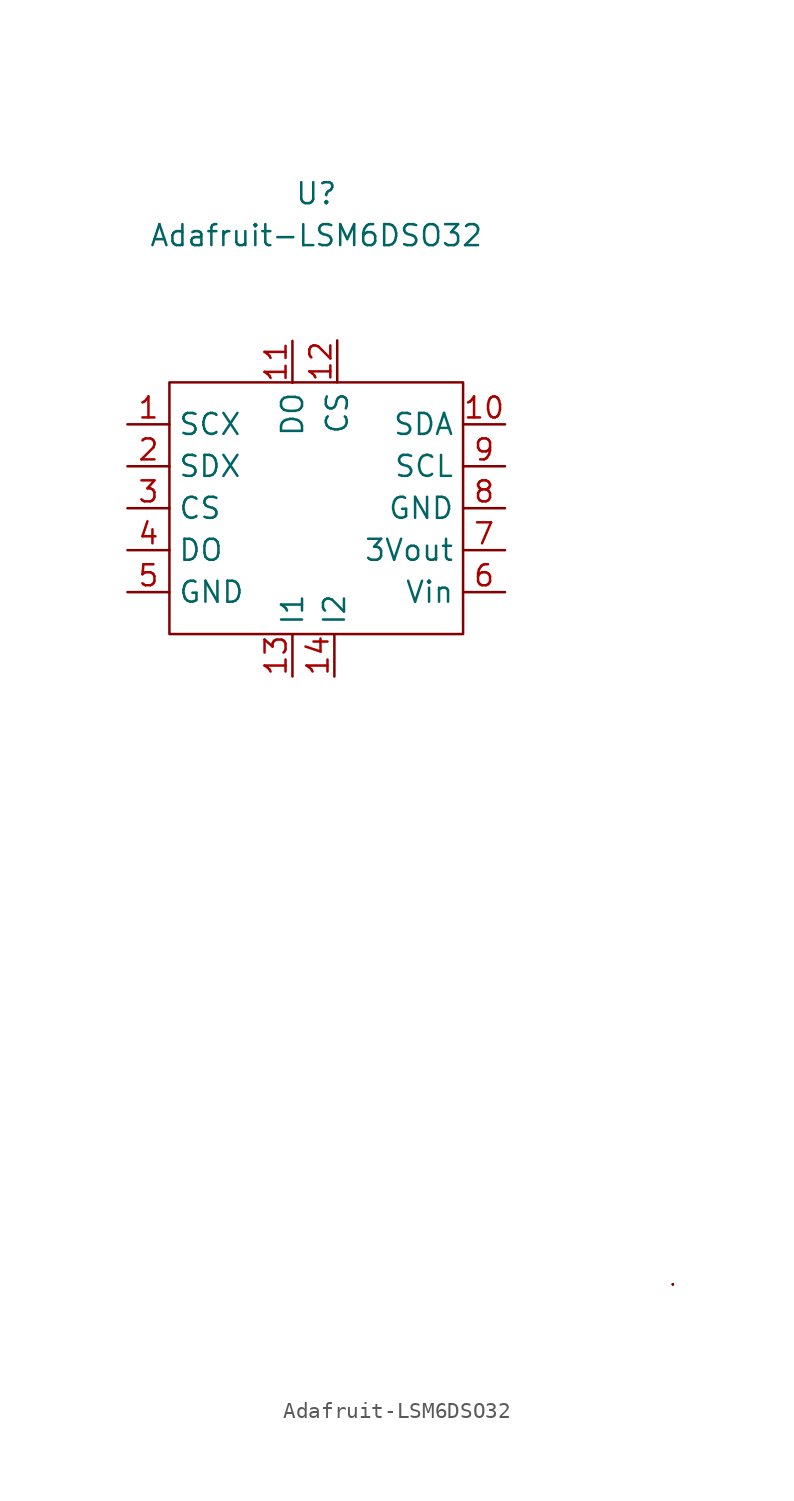
<source format=kicad_sym>
(kicad_symbol_lib
  (version 20211014)
  (generator kicad_symbol_editor)
  (symbol "Adafruit-LSM6DSO32"
    (property "Reference" "U"
      (at 0 19.05 0)
      (effects (font (size 1.27 1.27))))
    (property "Value" "Adafruit-LSM6DSO32"
      (at 0 16.51 0)
      (effects (font (size 1.27 1.27))))
    (symbol "Adafruit-LSM6DSO32_0_1"
      (rectangle (start -8.89 7.62) (end 8.89 -7.62) (stroke (width 0) (type default) (color 0 0 0 0)) (fill (type none)))
      (rectangle (start 21.59 -46.99) (end 21.59 -46.99) (stroke (width 0) (type default) (color 0 0 0 0)) (fill (type none)))
      (rectangle (start 21.59 -46.99) (end 21.59 -46.99) (stroke (width 0) (type default) (color 0 0 0 0)) (fill (type none)))
      (rectangle (start 21.59 -46.99) (end 21.59 -46.99) (stroke (width 0) (type default) (color 0 0 0 0)) (fill (type none))))
    (symbol "Adafruit-LSM6DSO32_1_1"
      (pin input line (at -11.43 5.08 0) (length 2.54) (name "SCX" (effects (font (size 1.27 1.27)))) (number "1" (effects (font (size 1.27 1.27)))))
      (pin input line (at 11.43 5.08 180) (length 2.54) (name "SDA" (effects (font (size 1.27 1.27)))) (number "10" (effects (font (size 1.27 1.27)))))
      (pin input line (at -1.442 10.131 270) (length 2.54) (name "DO" (effects (font (size 1.27 1.27)))) (number "11" (effects (font (size 1.27 1.27)))))
      (pin input line (at 1.27 10.16 270) (length 2.54) (name "CS" (effects (font (size 1.27 1.27)))) (number "12" (effects (font (size 1.27 1.27)))))
      (pin input line (at -1.442 -10.189 90) (length 2.54) (name "I1" (effects (font (size 1.27 1.27)))) (number "13" (effects (font (size 1.27 1.27)))))
      (pin input line (at 1.098 -10.189 90) (length 2.54) (name "I2" (effects (font (size 1.27 1.27)))) (number "14" (effects (font (size 1.27 1.27)))))
      (pin input line (at -11.43 2.54 0) (length 2.54) (name "SDX" (effects (font (size 1.27 1.27)))) (number "2" (effects (font (size 1.27 1.27)))))
      (pin input line (at -11.43 0 0) (length 2.54) (name "CS" (effects (font (size 1.27 1.27)))) (number "3" (effects (font (size 1.27 1.27)))))
      (pin input line (at -11.43 -2.54 0) (length 2.54) (name "DO" (effects (font (size 1.27 1.27)))) (number "4" (effects (font (size 1.27 1.27)))))
      (pin input line (at -11.43 -5.08 0) (length 2.54) (name "GND" (effects (font (size 1.27 1.27)))) (number "5" (effects (font (size 1.27 1.27)))))
      (pin input line (at 11.43 -5.08 180) (length 2.54) (name "Vin" (effects (font (size 1.27 1.27)))) (number "6" (effects (font (size 1.27 1.27)))))
      (pin input line (at 11.43 -2.54 180) (length 2.54) (name "3Vout" (effects (font (size 1.27 1.27)))) (number "7" (effects (font (size 1.27 1.27)))))
      (pin input line (at 11.43 0 180) (length 2.54) (name "GND" (effects (font (size 1.27 1.27)))) (number "8" (effects (font (size 1.27 1.27)))))
      (pin input line (at 11.43 2.54 180) (length 2.54) (name "SCL" (effects (font (size 1.27 1.27)))) (number "9" (effects (font (size 1.27 1.27))))))))
</source>
